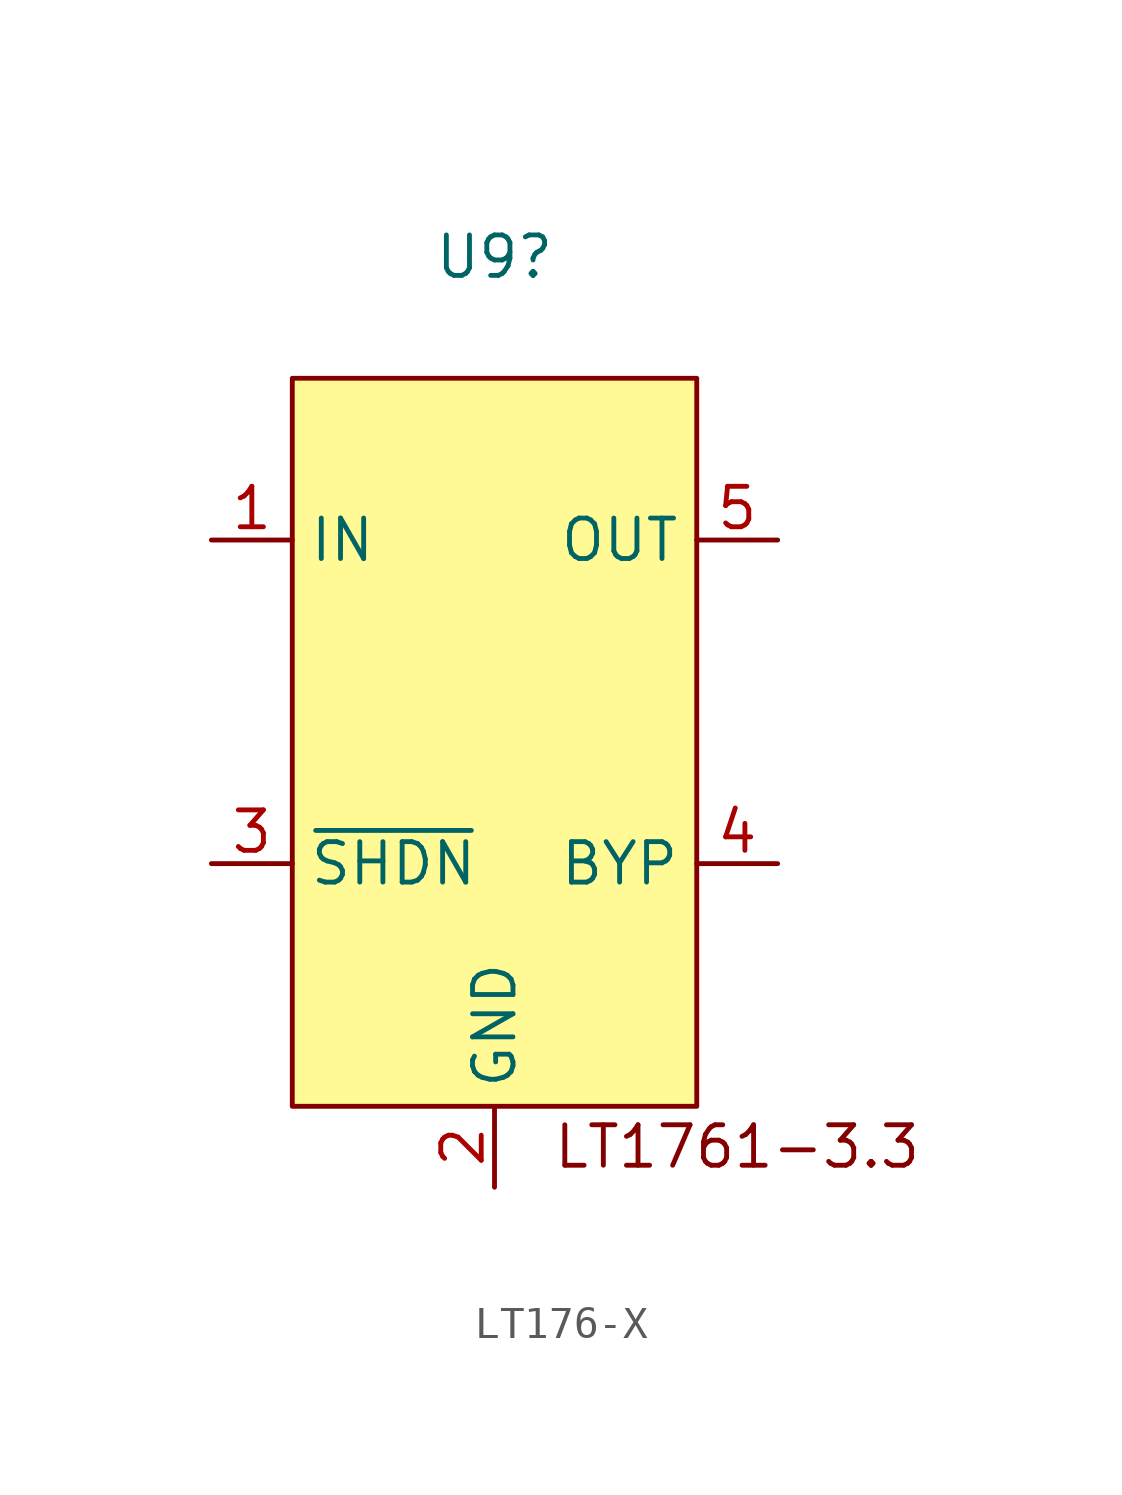
<source format=kicad_sym>
(kicad_symbol_lib
  (version 20241209)
  (generator "kicad_symbol_editor")
  (generator_version "9.0")
  (symbol "LT176-X"
    (property "Reference" "U9"
      (at 0 15.24 0)
      (effects (font (size 1.27 1.27))))
    (property "Value" ""
      (at 0 0 0)
      (effects (font (size 1.27 1.27))))
    (symbol "LT176-X_1_1"
      (rectangle (start -6.35 11.43) (end 6.35 -11.43) (stroke (width 0) (type default)) (fill (type color) (color 255 249 150 1)))
      (text "LT1761-3.3\n" (at 7.62 -12.7 0) (effects (font (size 1.27 1.27))))
      (pin input line (at -8.89 6.35 0) (length 2.54) (name "IN" (effects (font (size 1.27 1.27)))) (number "1" (effects (font (size 1.27 1.27)))))
      (pin input line (at -8.89 -3.81 0) (length 2.54) (name "~{SHDN}" (effects (font (size 1.27 1.27)))) (number "3" (effects (font (size 1.27 1.27)))))
      (pin passive line (at 0 -13.97 90) (length 2.54) (name "GND" (effects (font (size 1.27 1.27)))) (number "2" (effects (font (size 1.27 1.27)))))
      (pin output line (at 8.89 6.35 180) (length 2.54) (name "OUT" (effects (font (size 1.27 1.27)))) (number "5" (effects (font (size 1.27 1.27)))))
      (pin output line (at 8.89 -3.81 180) (length 2.54) (name "BYP" (effects (font (size 1.27 1.27)))) (number "4" (effects (font (size 1.27 1.27))))))))
</source>
